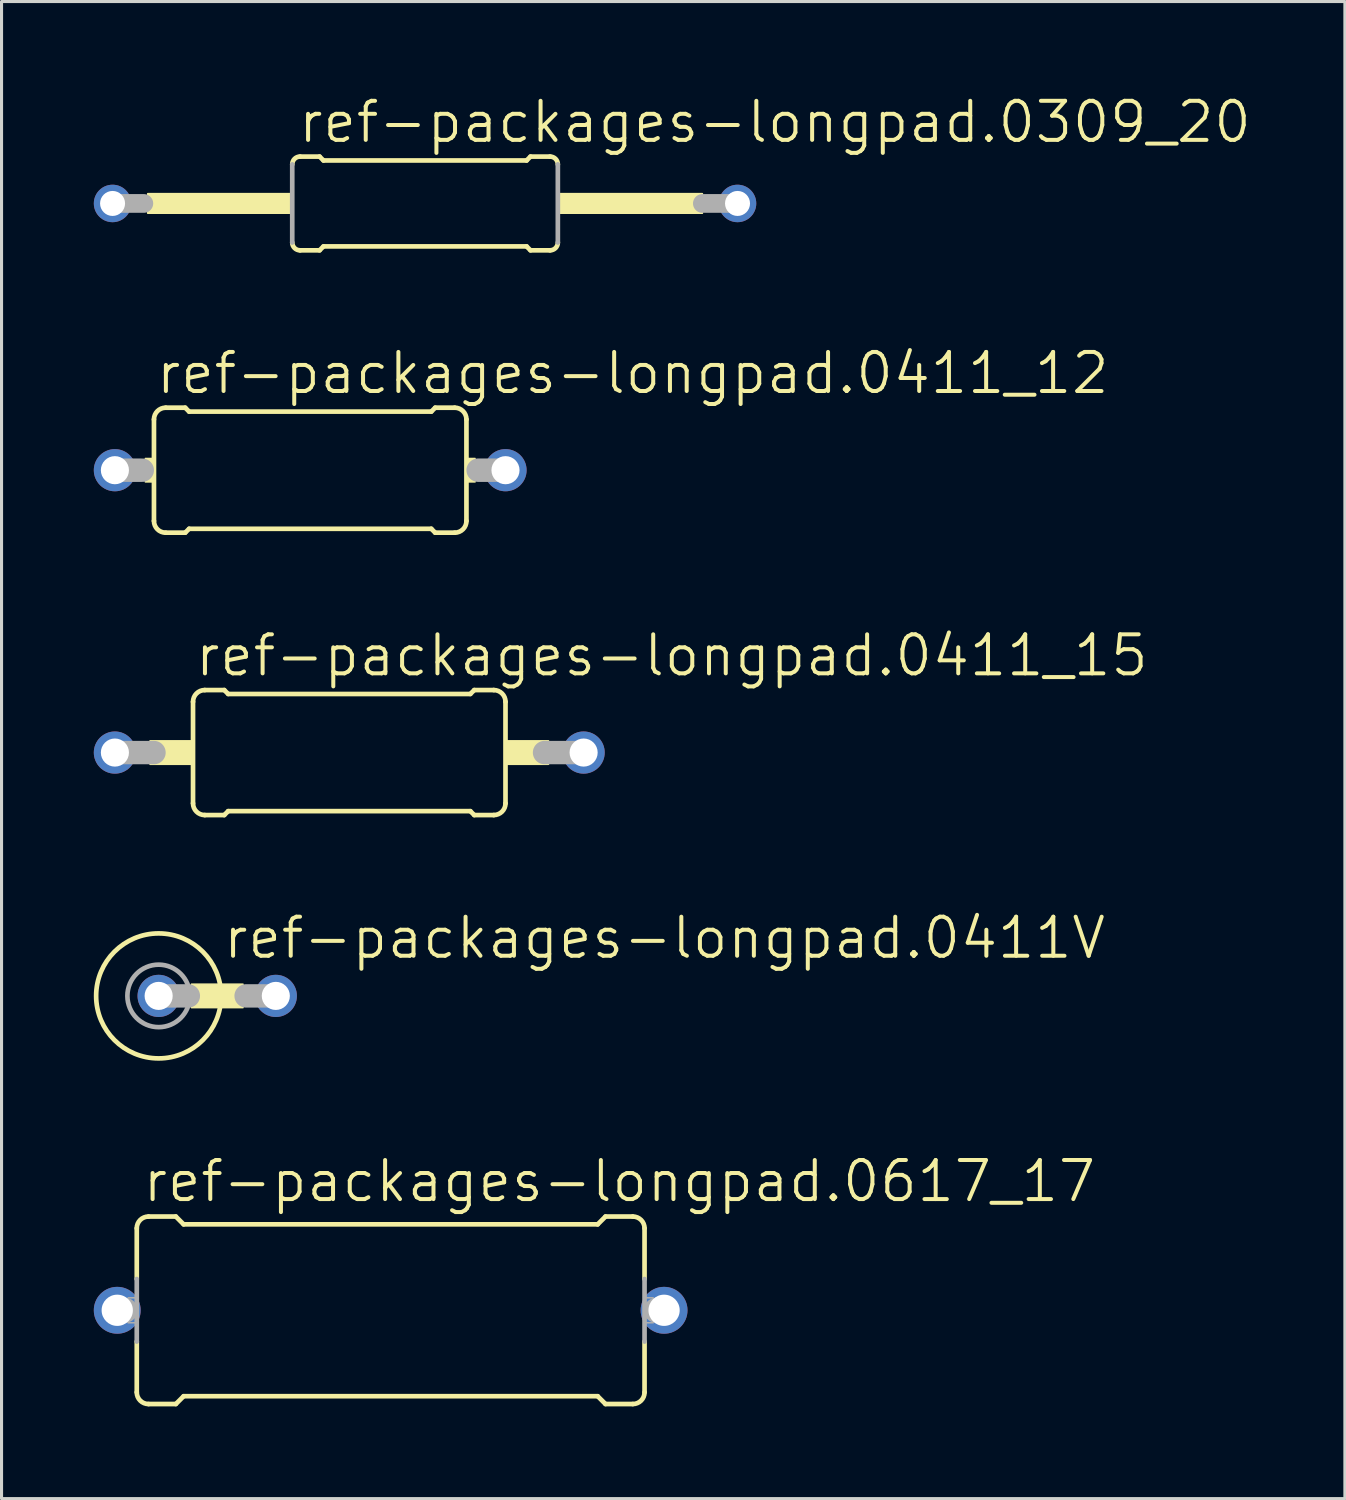
<source format=kicad_pcb>
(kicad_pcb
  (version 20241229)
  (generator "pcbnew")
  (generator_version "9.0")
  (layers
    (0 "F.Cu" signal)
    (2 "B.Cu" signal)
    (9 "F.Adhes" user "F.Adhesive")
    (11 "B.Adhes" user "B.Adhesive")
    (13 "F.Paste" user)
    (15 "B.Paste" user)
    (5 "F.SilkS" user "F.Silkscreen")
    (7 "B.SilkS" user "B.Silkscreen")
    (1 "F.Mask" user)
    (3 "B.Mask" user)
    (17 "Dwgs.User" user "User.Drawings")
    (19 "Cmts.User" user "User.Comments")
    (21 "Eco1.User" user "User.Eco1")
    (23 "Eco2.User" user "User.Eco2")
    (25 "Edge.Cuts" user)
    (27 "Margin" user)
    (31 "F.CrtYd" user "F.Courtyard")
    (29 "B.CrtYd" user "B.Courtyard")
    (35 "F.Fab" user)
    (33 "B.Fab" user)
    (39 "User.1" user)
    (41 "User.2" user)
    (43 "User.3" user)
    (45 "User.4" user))
  (footprint "ref-packages-longpad.0309_20"
    (layer "F.Cu")
    (at 10.77 3.565)
    (property "Reference" "ref-packages-longpad.0309_20" (at -4.191 -1.905 0) (layer "F.SilkS") (effects (font (size 1.27 1.27) (thickness 0.13)) (justify left bottom)))
    (attr through_hole)
    (fp_line (start -4.064 -1.524) (end -3.429 -1.524) (stroke (width 0.152) (type default)) (layer "F.SilkS"))
    (fp_line (start -4.064 1.524) (end -3.429 1.524) (stroke (width 0.152) (type default)) (layer "F.SilkS"))
    (fp_line (start -3.302 -1.397) (end -3.429 -1.524) (stroke (width 0.152) (type default)) (layer "F.SilkS"))
    (fp_line (start -3.302 1.397) (end -3.429 1.524) (stroke (width 0.152) (type default)) (layer "F.SilkS"))
    (fp_line (start 3.302 -1.397) (end -3.302 -1.397) (stroke (width 0.152) (type default)) (layer "F.SilkS"))
    (fp_line (start 3.302 -1.397) (end 3.429 -1.524) (stroke (width 0.152) (type default)) (layer "F.SilkS"))
    (fp_line (start 3.302 1.397) (end -3.302 1.397) (stroke (width 0.152) (type default)) (layer "F.SilkS"))
    (fp_line (start 3.302 1.397) (end 3.429 1.524) (stroke (width 0.152) (type default)) (layer "F.SilkS"))
    (fp_line (start 4.064 -1.524) (end 3.429 -1.524) (stroke (width 0.152) (type default)) (layer "F.SilkS"))
    (fp_line (start 4.064 1.524) (end 3.429 1.524) (stroke (width 0.152) (type default)) (layer "F.SilkS"))
    (fp_rect (start -9.017 0.318) (end -4.318 -0.318) (stroke (width 0.05) (type default)) (fill yes) (layer "F.SilkS"))
    (fp_rect (start 4.318 0.318) (end 9.017 -0.318) (stroke (width 0.05) (type default)) (fill yes) (layer "F.SilkS"))
    (fp_arc (start -4.318 -1.27) (mid -4.243605 -1.449605) (end -4.064 -1.524) (stroke (width 0.1524) (type default)) (layer "F.SilkS"))
    (fp_arc (start -4.064 1.524) (mid -4.243605 1.449605) (end -4.318 1.27) (stroke (width 0.1524) (type default)) (layer "F.SilkS"))
    (fp_arc (start 4.064 -1.524) (mid 4.243605 -1.449605) (end 4.318 -1.27) (stroke (width 0.1524) (type default)) (layer "F.SilkS"))
    (fp_arc (start 4.318 1.27) (mid 4.243605 1.449605) (end 4.064 1.524) (stroke (width 0.1524) (type default)) (layer "F.SilkS"))
    (fp_line (start -9.144 0) (end -10.16 0) (stroke (width 0.61) (type default)) (layer "F.Fab"))
    (fp_line (start -4.318 1.27) (end -4.318 -1.27) (stroke (width 0.152) (type default)) (layer "F.Fab"))
    (fp_line (start 4.318 1.27) (end 4.318 -1.27) (stroke (width 0.152) (type default)) (layer "F.Fab"))
    (fp_line (start 10.16 0) (end 9.017 0) (stroke (width 0.61) (type default)) (layer "F.Fab"))
    (pad "1" thru_hole circle (at -10.16 0) (size 1.219 1.219) (drill 0.813) (layers "*.Cu" "*.Mask"))
    (pad "2" thru_hole circle (at 10.16 0) (size 1.219 1.219) (drill 0.813) (layers "*.Cu" "*.Mask")))
  (footprint "ref-packages-longpad.0411_15"
    (layer "F.Cu")
    (at 8.306 21.419)
    (property "Reference" "ref-packages-longpad.0411_15" (at -5.08 -2.413 0) (layer "F.SilkS") (effects (font (size 1.27 1.27) (thickness 0.13)) (justify left bottom)))
    (attr through_hole)
    (fp_line (start -5.08 -1.651) (end -5.08 1.651) (stroke (width 0.152) (type default)) (layer "F.SilkS"))
    (fp_line (start -4.699 -2.032) (end -4.064 -2.032) (stroke (width 0.152) (type default)) (layer "F.SilkS"))
    (fp_line (start -4.699 2.032) (end -4.064 2.032) (stroke (width 0.152) (type default)) (layer "F.SilkS"))
    (fp_line (start -3.937 -1.905) (end -4.064 -2.032) (stroke (width 0.152) (type default)) (layer "F.SilkS"))
    (fp_line (start -3.937 -1.905) (end 3.937 -1.905) (stroke (width 0.152) (type default)) (layer "F.SilkS"))
    (fp_line (start -3.937 1.905) (end -4.064 2.032) (stroke (width 0.152) (type default)) (layer "F.SilkS"))
    (fp_line (start -3.937 1.905) (end 3.937 1.905) (stroke (width 0.152) (type default)) (layer "F.SilkS"))
    (fp_line (start 3.937 -1.905) (end 4.064 -2.032) (stroke (width 0.152) (type default)) (layer "F.SilkS"))
    (fp_line (start 3.937 1.905) (end 4.064 2.032) (stroke (width 0.152) (type default)) (layer "F.SilkS"))
    (fp_line (start 4.699 -2.032) (end 4.064 -2.032) (stroke (width 0.152) (type default)) (layer "F.SilkS"))
    (fp_line (start 4.699 2.032) (end 4.064 2.032) (stroke (width 0.152) (type default)) (layer "F.SilkS"))
    (fp_line (start 5.08 1.651) (end 5.08 -1.651) (stroke (width 0.152) (type default)) (layer "F.SilkS"))
    (fp_rect (start -6.477 0.381) (end -5.08 -0.381) (stroke (width 0.05) (type default)) (fill yes) (layer "F.SilkS"))
    (fp_rect (start 5.08 0.381) (end 6.477 -0.381) (stroke (width 0.05) (type default)) (fill yes) (layer "F.SilkS"))
    (fp_arc (start -5.08 -1.651) (mid -4.968408 -1.920408) (end -4.699 -2.032) (stroke (width 0.1524) (type default)) (layer "F.SilkS"))
    (fp_arc (start -4.699 2.032) (mid -4.968408 1.920408) (end -5.08 1.651) (stroke (width 0.1524) (type default)) (layer "F.SilkS"))
    (fp_arc (start 4.699 -2.032) (mid 4.968408 -1.920408) (end 5.08 -1.651) (stroke (width 0.1524) (type default)) (layer "F.SilkS"))
    (fp_arc (start 5.08 1.651) (mid 4.968408 1.920408) (end 4.699 2.032) (stroke (width 0.1524) (type default)) (layer "F.SilkS"))
    (fp_line (start -7.62 0) (end -6.35 0) (stroke (width 0.762) (type default)) (layer "F.Fab"))
    (fp_line (start 6.35 0) (end 7.62 0) (stroke (width 0.762) (type default)) (layer "F.Fab"))
    (pad "1" thru_hole circle (at -7.62 0) (size 1.372 1.372) (drill 0.914) (layers "*.Cu" "*.Mask"))
    (pad "2" thru_hole circle (at 7.62 0) (size 1.372 1.372) (drill 0.914) (layers "*.Cu" "*.Mask")))
  (footprint "ref-packages-longpad.0411V"
    (layer "F.Cu")
    (at 4.648 29.331)
    (property "Reference" "ref-packages-longpad.0411V" (at -0.508 -1.143 0) (layer "F.SilkS") (effects (font (size 1.27 1.27) (thickness 0.13)) (justify left bottom)))
    (attr through_hole)
    (fp_rect (start -1.473 0.381) (end 0.203 -0.381) (stroke (width 0.05) (type default)) (fill yes) (layer "F.SilkS"))
    (fp_circle (center -2.54 0) (end -0.508 0) (stroke (width 0.152) (type default)) (fill no) (layer "F.SilkS"))
    (fp_line (start -1.575 0) (end -2.54 0) (stroke (width 0.762) (type default)) (layer "F.Fab"))
    (fp_line (start 1.27 0) (end 0.305 0) (stroke (width 0.762) (type default)) (layer "F.Fab"))
    (fp_circle (center -2.54 0) (end -1.524 0) (stroke (width 0.152) (type default)) (fill no) (layer "F.Fab"))
    (pad "1" thru_hole circle (at -2.54 0) (size 1.372 1.372) (drill 0.914) (layers "*.Cu" "*.Mask"))
    (pad "2" thru_hole circle (at 1.27 0) (size 1.372 1.372) (drill 0.914) (layers "*.Cu" "*.Mask")))
  (footprint "ref-packages-longpad.0411_12"
    (layer "F.Cu")
    (at 7.036 12.238)
    (property "Reference" "ref-packages-longpad.0411_12" (at -5.08 -2.413 0) (layer "F.SilkS") (effects (font (size 1.27 1.27) (thickness 0.13)) (justify left bottom)))
    (attr through_hole)
    (fp_line (start -5.08 -1.651) (end -5.08 1.651) (stroke (width 0.152) (type default)) (layer "F.SilkS"))
    (fp_line (start -4.699 -2.032) (end -4.064 -2.032) (stroke (width 0.152) (type default)) (layer "F.SilkS"))
    (fp_line (start -4.699 2.032) (end -4.064 2.032) (stroke (width 0.152) (type default)) (layer "F.SilkS"))
    (fp_line (start -3.937 -1.905) (end -4.064 -2.032) (stroke (width 0.152) (type default)) (layer "F.SilkS"))
    (fp_line (start -3.937 -1.905) (end 3.937 -1.905) (stroke (width 0.152) (type default)) (layer "F.SilkS"))
    (fp_line (start -3.937 1.905) (end -4.064 2.032) (stroke (width 0.152) (type default)) (layer "F.SilkS"))
    (fp_line (start -3.937 1.905) (end 3.937 1.905) (stroke (width 0.152) (type default)) (layer "F.SilkS"))
    (fp_line (start 3.937 -1.905) (end 4.064 -2.032) (stroke (width 0.152) (type default)) (layer "F.SilkS"))
    (fp_line (start 3.937 1.905) (end 4.064 2.032) (stroke (width 0.152) (type default)) (layer "F.SilkS"))
    (fp_line (start 4.699 -2.032) (end 4.064 -2.032) (stroke (width 0.152) (type default)) (layer "F.SilkS"))
    (fp_line (start 4.699 2.032) (end 4.064 2.032) (stroke (width 0.152) (type default)) (layer "F.SilkS"))
    (fp_line (start 5.08 1.651) (end 5.08 -1.651) (stroke (width 0.152) (type default)) (layer "F.SilkS"))
    (fp_rect (start -5.359 0.381) (end -5.08 -0.381) (stroke (width 0.05) (type default)) (fill yes) (layer "F.SilkS"))
    (fp_rect (start 5.08 0.381) (end 5.359 -0.381) (stroke (width 0.05) (type default)) (fill yes) (layer "F.SilkS"))
    (fp_arc (start -5.08 -1.651) (mid -4.968408 -1.920408) (end -4.699 -2.032) (stroke (width 0.1524) (type default)) (layer "F.SilkS"))
    (fp_arc (start -4.699 2.032) (mid -4.968408 1.920408) (end -5.08 1.651) (stroke (width 0.1524) (type default)) (layer "F.SilkS"))
    (fp_arc (start 4.699 -2.032) (mid 4.968408 -1.920408) (end 5.08 -1.651) (stroke (width 0.1524) (type default)) (layer "F.SilkS"))
    (fp_arc (start 5.08 1.651) (mid 4.968408 1.920408) (end 4.699 2.032) (stroke (width 0.1524) (type default)) (layer "F.SilkS"))
    (fp_line (start -6.35 0) (end -5.461 0) (stroke (width 0.762) (type default)) (layer "F.Fab"))
    (fp_line (start 6.35 0) (end 5.461 0) (stroke (width 0.762) (type default)) (layer "F.Fab"))
    (pad "1" thru_hole circle (at -6.35 0) (size 1.372 1.372) (drill 0.914) (layers "*.Cu" "*.Mask"))
    (pad "2" thru_hole circle (at 6.35 0) (size 1.372 1.372) (drill 0.914) (layers "*.Cu" "*.Mask")))
  (footprint "ref-packages-longpad.0617_17"
    (layer "F.Cu")
    (at 9.652 39.553)
    (property "Reference" "ref-packages-longpad.0617_17" (at -8.128 -3.454 0) (layer "F.SilkS") (effects (font (size 1.27 1.27) (thickness 0.13)) (justify left bottom)))
    (attr through_hole)
    (fp_line (start -8.255 -1.016) (end -8.255 -2.667) (stroke (width 0.152) (type default)) (layer "F.SilkS"))
    (fp_line (start -8.255 2.667) (end -8.255 1.016) (stroke (width 0.152) (type default)) (layer "F.SilkS"))
    (fp_line (start -7.874 -3.048) (end -6.985 -3.048) (stroke (width 0.152) (type default)) (layer "F.SilkS"))
    (fp_line (start -7.874 3.048) (end -6.985 3.048) (stroke (width 0.152) (type default)) (layer "F.SilkS"))
    (fp_line (start -6.731 -2.794) (end -6.985 -3.048) (stroke (width 0.152) (type default)) (layer "F.SilkS"))
    (fp_line (start -6.731 2.794) (end -6.985 3.048) (stroke (width 0.152) (type default)) (layer "F.SilkS"))
    (fp_line (start 6.731 -2.794) (end -6.731 -2.794) (stroke (width 0.152) (type default)) (layer "F.SilkS"))
    (fp_line (start 6.731 -2.794) (end 6.985 -3.048) (stroke (width 0.152) (type default)) (layer "F.SilkS"))
    (fp_line (start 6.731 2.794) (end -6.731 2.794) (stroke (width 0.152) (type default)) (layer "F.SilkS"))
    (fp_line (start 6.731 2.794) (end 6.985 3.048) (stroke (width 0.152) (type default)) (layer "F.SilkS"))
    (fp_line (start 7.874 -3.048) (end 6.985 -3.048) (stroke (width 0.152) (type default)) (layer "F.SilkS"))
    (fp_line (start 7.874 3.048) (end 6.985 3.048) (stroke (width 0.152) (type default)) (layer "F.SilkS"))
    (fp_line (start 8.255 -1.016) (end 8.255 -2.667) (stroke (width 0.152) (type default)) (layer "F.SilkS"))
    (fp_line (start 8.255 2.667) (end 8.255 1.016) (stroke (width 0.152) (type default)) (layer "F.SilkS"))
    (fp_arc (start -8.255 -2.667) (mid -8.143408 -2.936408) (end -7.874 -3.048) (stroke (width 0.1524) (type default)) (layer "F.SilkS"))
    (fp_arc (start -7.874 3.048) (mid -8.143408 2.936408) (end -8.255 2.667) (stroke (width 0.1524) (type default)) (layer "F.SilkS"))
    (fp_arc (start 7.874 -3.048) (mid 8.143408 -2.936408) (end 8.255 -2.667) (stroke (width 0.1524) (type default)) (layer "F.SilkS"))
    (fp_arc (start 8.255 2.667) (mid 8.143408 2.936408) (end 7.874 3.048) (stroke (width 0.1524) (type default)) (layer "F.SilkS"))
    (fp_line (start -8.89 0) (end -8.636 0) (stroke (width 0.813) (type default)) (layer "F.Fab"))
    (fp_line (start -8.255 -1.016) (end -8.255 1.016) (stroke (width 0.152) (type default)) (layer "F.Fab"))
    (fp_line (start 8.255 -1.016) (end 8.255 1.016) (stroke (width 0.152) (type default)) (layer "F.Fab"))
    (fp_line (start 8.636 0) (end 8.89 0) (stroke (width 0.813) (type default)) (layer "F.Fab"))
    (fp_rect (start -8.534 0.406) (end -8.23 -0.406) (stroke (width 0.05) (type default)) (fill no) (layer "F.Fab"))
    (fp_rect (start 8.23 0.406) (end 8.534 -0.406) (stroke (width 0.05) (type default)) (fill no) (layer "F.Fab"))
    (pad "1" thru_hole circle (at -8.89 0) (size 1.524 1.524) (drill 1.016) (layers "*.Cu" "*.Mask"))
    (pad "2" thru_hole circle (at 8.89 0) (size 1.524 1.524) (drill 1.016) (layers "*.Cu" "*.Mask")))
  (gr_rect
    (start -3 -3)
    (end 40.678 45.677)
    (stroke (width 0.1) (type default))
    (fill no)
    (layer "Edge.Cuts")))
</source>
